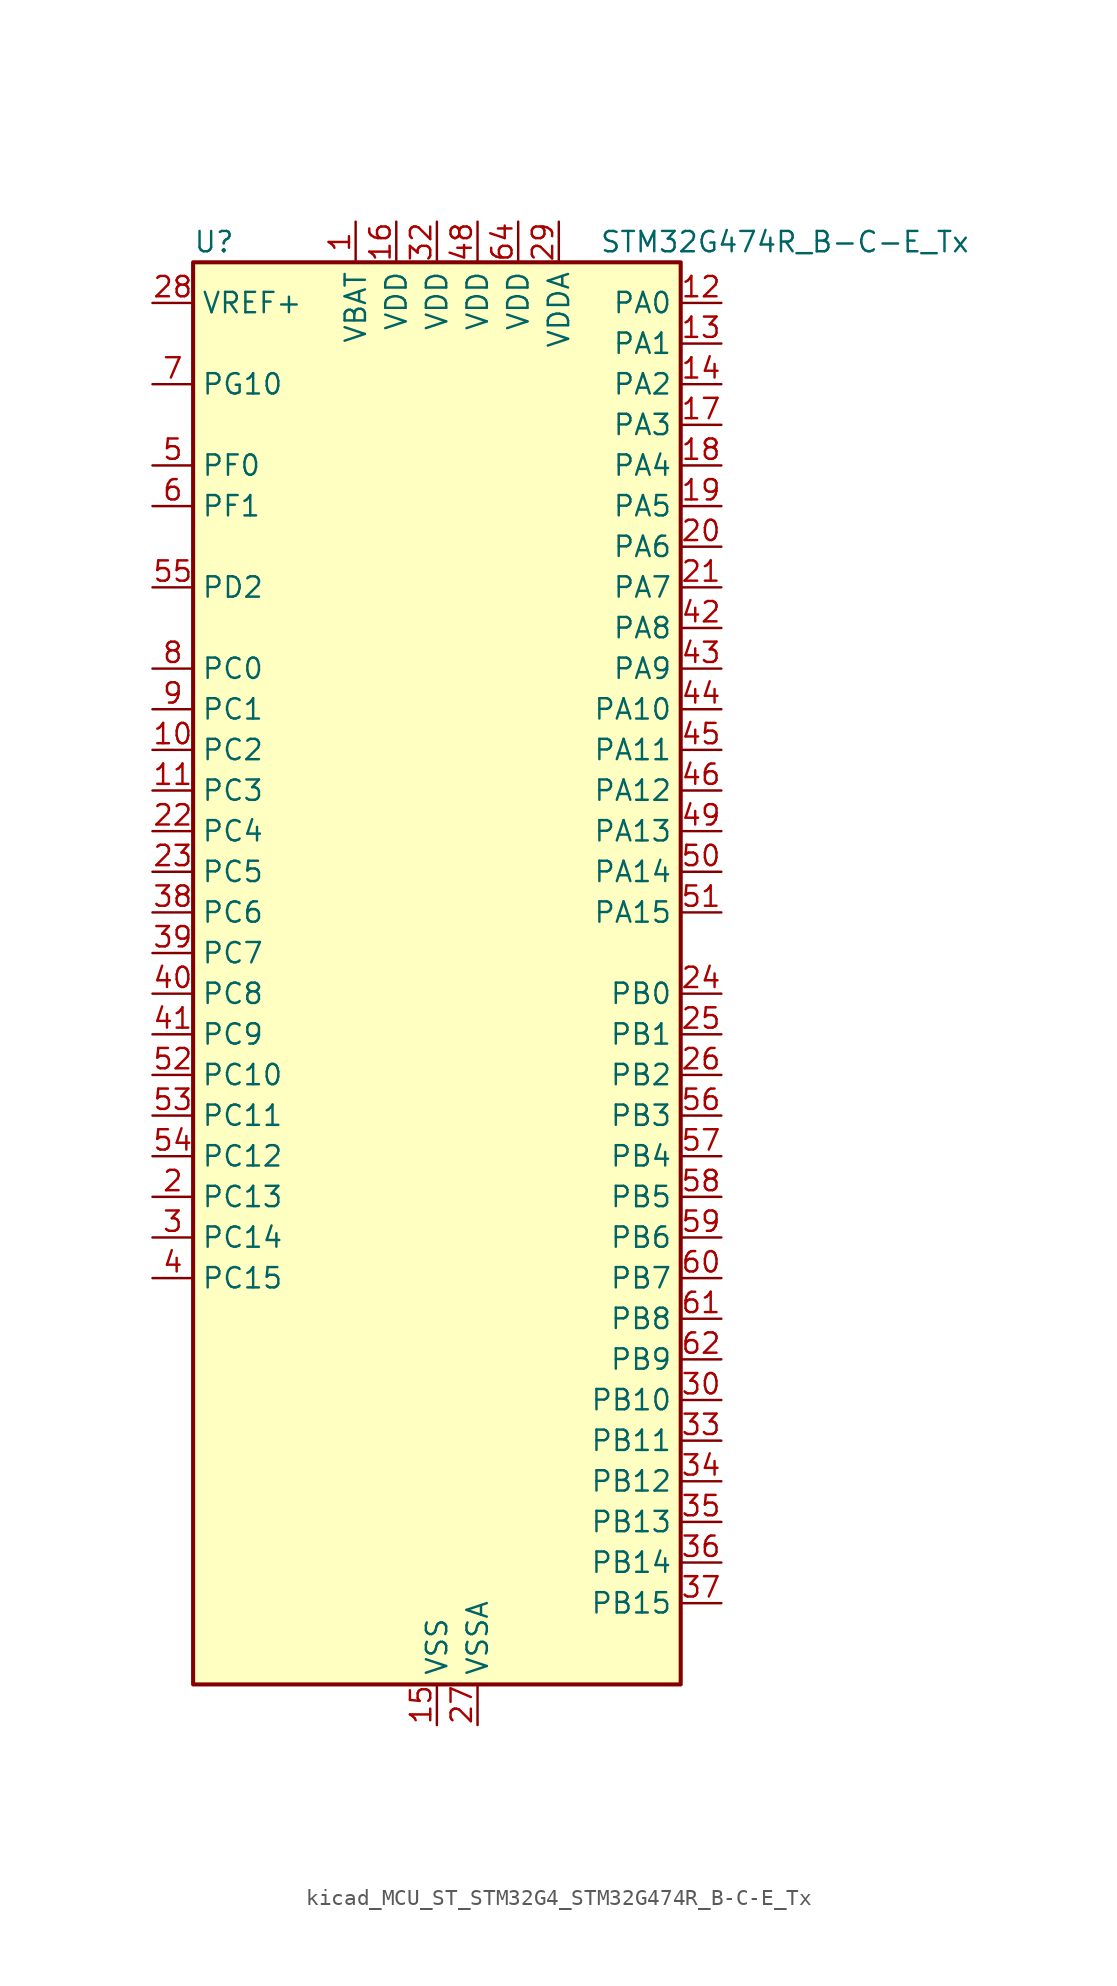
<source format=kicad_sym>
(kicad_symbol_lib
  (version 20220914)
  (generator kicad_symbol_editor)
  (symbol "kicad_MCU_ST_STM32G4_STM32G474R_B-C-E_Tx"
    (property "Reference" "U"
      (at -15.24 46.99 0)
      (effects (font (size 1.27 1.27)) (justify left)))
    (property "Value" "STM32G474R_B-C-E_Tx"
      (at 10.16 46.99 0)
      (effects (font (size 1.27 1.27)) (justify left)))
    (property "ki_locked" ""
      (at 0 0 0)
      (effects (font (size 1.27 1.27))))
    (symbol "kicad_MCU_ST_STM32G4_STM32G474R_B-C-E_Tx_0_1"
      (rectangle (start -15.24 -43.18) (end 15.24 45.72) (stroke (width 0.254) (type default)) (fill (type background))))
    (symbol "kicad_MCU_ST_STM32G4_STM32G474R_B-C-E_Tx_1_1"
      (pin power_in line (at -5.08 48.26 270) (length 2.54) (name "VBAT" (effects (font (size 1.27 1.27)))) (number "1" (effects (font (size 1.27 1.27)))))
      (pin bidirectional line (at -17.78 15.24 0) (length 2.54) (name "PC2" (effects (font (size 1.27 1.27)))) (number "10" (effects (font (size 1.27 1.27)))) (alternate "ADC1_IN8" bidirectional line) (alternate "ADC2_IN8" bidirectional line) (alternate "ADC3_EXTI2" bidirectional line) (alternate "ADC4_EXTI2" bidirectional line) (alternate "ADC5_EXTI2" bidirectional line) (alternate "COMP3_OUT" bidirectional line) (alternate "LPTIM1_IN2" bidirectional line) (alternate "QUADSPI1_BK2_IO1" bidirectional line) (alternate "TIM1_CH3" bidirectional line) (alternate "TIM20_CH2" bidirectional line))
      (pin bidirectional line (at -17.78 12.7 0) (length 2.54) (name "PC3" (effects (font (size 1.27 1.27)))) (number "11" (effects (font (size 1.27 1.27)))) (alternate "ADC1_IN9" bidirectional line) (alternate "ADC2_IN9" bidirectional line) (alternate "ADC3_EXTI3" bidirectional line) (alternate "ADC4_EXTI3" bidirectional line) (alternate "ADC5_EXTI3" bidirectional line) (alternate "LPTIM1_ETR" bidirectional line) (alternate "OPAMP5_VINP" bidirectional line) (alternate "OPAMP5_VINP_SEC" bidirectional line) (alternate "QUADSPI1_BK2_IO2" bidirectional line) (alternate "SAI1_D1" bidirectional line) (alternate "SAI1_SD_A" bidirectional line) (alternate "TIM1_BKIN2" bidirectional line) (alternate "TIM1_CH4" bidirectional line))
      (pin bidirectional line (at 17.78 43.18 180) (length 2.54) (name "PA0" (effects (font (size 1.27 1.27)))) (number "12" (effects (font (size 1.27 1.27)))) (alternate "ADC1_IN1" bidirectional line) (alternate "ADC2_IN1" bidirectional line) (alternate "COMP1_INM" bidirectional line) (alternate "COMP1_OUT" bidirectional line) (alternate "COMP3_INP" bidirectional line) (alternate "RTC_TAMP2" bidirectional line) (alternate "SYS_WKUP1" bidirectional line) (alternate "TIM2_CH1" bidirectional line) (alternate "TIM2_ETR" bidirectional line) (alternate "TIM5_CH1" bidirectional line) (alternate "TIM8_BKIN" bidirectional line) (alternate "TIM8_ETR" bidirectional line) (alternate "USART2_CTS" bidirectional line) (alternate "USART2_NSS" bidirectional line))
      (pin bidirectional line (at 17.78 40.64 180) (length 2.54) (name "PA1" (effects (font (size 1.27 1.27)))) (number "13" (effects (font (size 1.27 1.27)))) (alternate "ADC1_IN2" bidirectional line) (alternate "ADC2_IN2" bidirectional line) (alternate "COMP1_INP" bidirectional line) (alternate "OPAMP1_VINP" bidirectional line) (alternate "OPAMP1_VINP_SEC" bidirectional line) (alternate "OPAMP3_VINP" bidirectional line) (alternate "OPAMP3_VINP_SEC" bidirectional line) (alternate "OPAMP6_VINM" bidirectional line) (alternate "OPAMP6_VINM0" bidirectional line) (alternate "OPAMP6_VINM_SEC" bidirectional line) (alternate "RTC_REFIN" bidirectional line) (alternate "TIM15_CH1N" bidirectional line) (alternate "TIM2_CH2" bidirectional line) (alternate "TIM5_CH2" bidirectional line) (alternate "USART2_DE" bidirectional line) (alternate "USART2_RTS" bidirectional line))
      (pin bidirectional line (at 17.78 38.1 180) (length 2.54) (name "PA2" (effects (font (size 1.27 1.27)))) (number "14" (effects (font (size 1.27 1.27)))) (alternate "ADC1_IN3" bidirectional line) (alternate "ADC3_EXTI2" bidirectional line) (alternate "ADC4_EXTI2" bidirectional line) (alternate "ADC5_EXTI2" bidirectional line) (alternate "COMP2_INM" bidirectional line) (alternate "COMP2_OUT" bidirectional line) (alternate "LPUART1_TX" bidirectional line) (alternate "OPAMP1_VOUT" bidirectional line) (alternate "QUADSPI1_BK1_NCS" bidirectional line) (alternate "RCC_LSCO" bidirectional line) (alternate "SYS_WKUP4" bidirectional line) (alternate "TIM15_CH1" bidirectional line) (alternate "TIM2_CH3" bidirectional line) (alternate "TIM5_CH3" bidirectional line) (alternate "UCPD1_FRSTX1" bidirectional line) (alternate "UCPD1_FRSTX2" bidirectional line) (alternate "USART2_TX" bidirectional line))
      (pin power_in line (at 0 -45.72 90) (length 2.54) (name "VSS" (effects (font (size 1.27 1.27)))) (number "15" (effects (font (size 1.27 1.27)))))
      (pin power_in line (at -2.54 48.26 270) (length 2.54) (name "VDD" (effects (font (size 1.27 1.27)))) (number "16" (effects (font (size 1.27 1.27)))))
      (pin bidirectional line (at 17.78 35.56 180) (length 2.54) (name "PA3" (effects (font (size 1.27 1.27)))) (number "17" (effects (font (size 1.27 1.27)))) (alternate "ADC1_IN4" bidirectional line) (alternate "ADC3_EXTI3" bidirectional line) (alternate "ADC4_EXTI3" bidirectional line) (alternate "ADC5_EXTI3" bidirectional line) (alternate "COMP2_INP" bidirectional line) (alternate "LPUART1_RX" bidirectional line) (alternate "OPAMP1_VINM" bidirectional line) (alternate "OPAMP1_VINM0" bidirectional line) (alternate "OPAMP1_VINM_SEC" bidirectional line) (alternate "OPAMP1_VINP" bidirectional line) (alternate "OPAMP1_VINP_SEC" bidirectional line) (alternate "OPAMP5_VINM" bidirectional line) (alternate "OPAMP5_VINM1" bidirectional line) (alternate "OPAMP5_VINM_SEC" bidirectional line) (alternate "QUADSPI1_CLK" bidirectional line) (alternate "SAI1_CK1" bidirectional line) (alternate "SAI1_MCLK_A" bidirectional line) (alternate "TIM15_CH2" bidirectional line) (alternate "TIM2_CH4" bidirectional line) (alternate "TIM5_CH4" bidirectional line) (alternate "USART2_RX" bidirectional line))
      (pin bidirectional line (at 17.78 33.02 180) (length 2.54) (name "PA4" (effects (font (size 1.27 1.27)))) (number "18" (effects (font (size 1.27 1.27)))) (alternate "ADC2_IN17" bidirectional line) (alternate "COMP1_INM" bidirectional line) (alternate "DAC1_OUT1" bidirectional line) (alternate "I2S3_WS" bidirectional line) (alternate "SAI1_FS_B" bidirectional line) (alternate "SPI1_NSS" bidirectional line) (alternate "SPI3_NSS" bidirectional line) (alternate "TIM3_CH2" bidirectional line) (alternate "USART2_CK" bidirectional line))
      (pin bidirectional line (at 17.78 30.48 180) (length 2.54) (name "PA5" (effects (font (size 1.27 1.27)))) (number "19" (effects (font (size 1.27 1.27)))) (alternate "ADC2_IN13" bidirectional line) (alternate "COMP2_INM" bidirectional line) (alternate "DAC1_OUT2" bidirectional line) (alternate "OPAMP2_VINM" bidirectional line) (alternate "OPAMP2_VINM0" bidirectional line) (alternate "OPAMP2_VINM_SEC" bidirectional line) (alternate "SPI1_SCK" bidirectional line) (alternate "TIM2_CH1" bidirectional line) (alternate "TIM2_ETR" bidirectional line) (alternate "UCPD1_FRSTX1" bidirectional line) (alternate "UCPD1_FRSTX2" bidirectional line))
      (pin bidirectional line (at -17.78 -12.7 0) (length 2.54) (name "PC13" (effects (font (size 1.27 1.27)))) (number "2" (effects (font (size 1.27 1.27)))) (alternate "RTC_OUT1" bidirectional line) (alternate "RTC_TAMP1" bidirectional line) (alternate "RTC_TS" bidirectional line) (alternate "SYS_WKUP2" bidirectional line) (alternate "TIM1_BKIN" bidirectional line) (alternate "TIM1_CH1N" bidirectional line) (alternate "TIM8_CH4N" bidirectional line))
      (pin bidirectional line (at 17.78 27.94 180) (length 2.54) (name "PA6" (effects (font (size 1.27 1.27)))) (number "20" (effects (font (size 1.27 1.27)))) (alternate "ADC2_IN3" bidirectional line) (alternate "COMP1_OUT" bidirectional line) (alternate "DAC2_OUT1" bidirectional line) (alternate "LPUART1_CTS" bidirectional line) (alternate "OPAMP2_VOUT" bidirectional line) (alternate "QUADSPI1_BK1_IO3" bidirectional line) (alternate "SPI1_MISO" bidirectional line) (alternate "TIM16_CH1" bidirectional line) (alternate "TIM1_BKIN" bidirectional line) (alternate "TIM3_CH1" bidirectional line) (alternate "TIM8_BKIN" bidirectional line))
      (pin bidirectional line (at 17.78 25.4 180) (length 2.54) (name "PA7" (effects (font (size 1.27 1.27)))) (number "21" (effects (font (size 1.27 1.27)))) (alternate "ADC2_IN4" bidirectional line) (alternate "COMP2_INP" bidirectional line) (alternate "COMP2_OUT" bidirectional line) (alternate "OPAMP1_VINP" bidirectional line) (alternate "OPAMP1_VINP_SEC" bidirectional line) (alternate "OPAMP2_VINP" bidirectional line) (alternate "OPAMP2_VINP_SEC" bidirectional line) (alternate "QUADSPI1_BK1_IO2" bidirectional line) (alternate "SPI1_MOSI" bidirectional line) (alternate "TIM17_CH1" bidirectional line) (alternate "TIM1_CH1N" bidirectional line) (alternate "TIM3_CH2" bidirectional line) (alternate "TIM8_CH1N" bidirectional line) (alternate "UCPD1_FRSTX1" bidirectional line) (alternate "UCPD1_FRSTX2" bidirectional line))
      (pin bidirectional line (at -17.78 10.16 0) (length 2.54) (name "PC4" (effects (font (size 1.27 1.27)))) (number "22" (effects (font (size 1.27 1.27)))) (alternate "ADC2_IN5" bidirectional line) (alternate "I2C2_SCL" bidirectional line) (alternate "QUADSPI1_BK2_IO3" bidirectional line) (alternate "TIM1_ETR" bidirectional line) (alternate "USART1_TX" bidirectional line))
      (pin bidirectional line (at -17.78 7.62 0) (length 2.54) (name "PC5" (effects (font (size 1.27 1.27)))) (number "23" (effects (font (size 1.27 1.27)))) (alternate "ADC2_IN11" bidirectional line) (alternate "HRTIM1_EEV10" bidirectional line) (alternate "OPAMP1_VINM" bidirectional line) (alternate "OPAMP1_VINM1" bidirectional line) (alternate "OPAMP1_VINM_SEC" bidirectional line) (alternate "OPAMP2_VINM" bidirectional line) (alternate "OPAMP2_VINM1" bidirectional line) (alternate "OPAMP2_VINM_SEC" bidirectional line) (alternate "SAI1_D3" bidirectional line) (alternate "SYS_WKUP5" bidirectional line) (alternate "TIM15_BKIN" bidirectional line) (alternate "TIM1_CH4N" bidirectional line) (alternate "USART1_RX" bidirectional line))
      (pin bidirectional line (at 17.78 0 180) (length 2.54) (name "PB0" (effects (font (size 1.27 1.27)))) (number "24" (effects (font (size 1.27 1.27)))) (alternate "ADC1_IN15" bidirectional line) (alternate "ADC3_IN12" bidirectional line) (alternate "COMP4_INP" bidirectional line) (alternate "HRTIM1_FLT5" bidirectional line) (alternate "OPAMP2_VINP" bidirectional line) (alternate "OPAMP2_VINP_SEC" bidirectional line) (alternate "OPAMP3_VINP" bidirectional line) (alternate "OPAMP3_VINP_SEC" bidirectional line) (alternate "QUADSPI1_BK1_IO1" bidirectional line) (alternate "TIM1_CH2N" bidirectional line) (alternate "TIM3_CH3" bidirectional line) (alternate "TIM8_CH2N" bidirectional line) (alternate "UCPD1_FRSTX1" bidirectional line) (alternate "UCPD1_FRSTX2" bidirectional line))
      (pin bidirectional line (at 17.78 -2.54 180) (length 2.54) (name "PB1" (effects (font (size 1.27 1.27)))) (number "25" (effects (font (size 1.27 1.27)))) (alternate "ADC1_IN12" bidirectional line) (alternate "ADC3_IN1" bidirectional line) (alternate "COMP1_INP" bidirectional line) (alternate "COMP4_OUT" bidirectional line) (alternate "HRTIM1_SCOUT" bidirectional line) (alternate "LPUART1_DE" bidirectional line) (alternate "LPUART1_RTS" bidirectional line) (alternate "OPAMP3_VOUT" bidirectional line) (alternate "OPAMP6_VINM" bidirectional line) (alternate "OPAMP6_VINM1" bidirectional line) (alternate "OPAMP6_VINM_SEC" bidirectional line) (alternate "QUADSPI1_BK1_IO0" bidirectional line) (alternate "TIM1_CH3N" bidirectional line) (alternate "TIM3_CH4" bidirectional line) (alternate "TIM8_CH3N" bidirectional line))
      (pin bidirectional line (at 17.78 -5.08 180) (length 2.54) (name "PB2" (effects (font (size 1.27 1.27)))) (number "26" (effects (font (size 1.27 1.27)))) (alternate "ADC2_IN12" bidirectional line) (alternate "ADC3_EXTI2" bidirectional line) (alternate "ADC4_EXTI2" bidirectional line) (alternate "ADC5_EXTI2" bidirectional line) (alternate "COMP4_INM" bidirectional line) (alternate "HRTIM1_SCIN" bidirectional line) (alternate "I2C3_SMBA" bidirectional line) (alternate "LPTIM1_OUT" bidirectional line) (alternate "OPAMP3_VINM" bidirectional line) (alternate "OPAMP3_VINM0" bidirectional line) (alternate "OPAMP3_VINM_SEC" bidirectional line) (alternate "QUADSPI1_BK2_IO1" bidirectional line) (alternate "RTC_OUT2" bidirectional line) (alternate "TIM20_CH1" bidirectional line) (alternate "TIM5_CH1" bidirectional line))
      (pin power_in line (at 2.54 -45.72 90) (length 2.54) (name "VSSA" (effects (font (size 1.27 1.27)))) (number "27" (effects (font (size 1.27 1.27)))))
      (pin input line (at -17.78 43.18 0) (length 2.54) (name "VREF+" (effects (font (size 1.27 1.27)))) (number "28" (effects (font (size 1.27 1.27)))) (alternate "VREFBUF_OUT" bidirectional line))
      (pin power_in line (at 7.62 48.26 270) (length 2.54) (name "VDDA" (effects (font (size 1.27 1.27)))) (number "29" (effects (font (size 1.27 1.27)))))
      (pin bidirectional line (at -17.78 -15.24 0) (length 2.54) (name "PC14" (effects (font (size 1.27 1.27)))) (number "3" (effects (font (size 1.27 1.27)))) (alternate "RCC_OSC32_IN" bidirectional line))
      (pin bidirectional line (at 17.78 -25.4 180) (length 2.54) (name "PB10" (effects (font (size 1.27 1.27)))) (number "30" (effects (font (size 1.27 1.27)))) (alternate "COMP5_INM" bidirectional line) (alternate "DAC1_EXTI10" bidirectional line) (alternate "DAC2_EXTI10" bidirectional line) (alternate "DAC3_EXTI10" bidirectional line) (alternate "DAC4_EXTI10" bidirectional line) (alternate "HRTIM1_FLT3" bidirectional line) (alternate "LPUART1_RX" bidirectional line) (alternate "OPAMP3_VINM" bidirectional line) (alternate "OPAMP3_VINM1" bidirectional line) (alternate "OPAMP3_VINM_SEC" bidirectional line) (alternate "OPAMP4_VINM" bidirectional line) (alternate "OPAMP4_VINM0" bidirectional line) (alternate "OPAMP4_VINM_SEC" bidirectional line) (alternate "QUADSPI1_CLK" bidirectional line) (alternate "SAI1_SCK_A" bidirectional line) (alternate "TIM1_BKIN" bidirectional line) (alternate "TIM2_CH3" bidirectional line) (alternate "USART3_TX" bidirectional line))
      (pin passive line (at 0 -45.72 90) (length 2.54) hide (name "VSS" (effects (font (size 1.27 1.27)))) (number "31" (effects (font (size 1.27 1.27)))))
      (pin power_in line (at 0 48.26 270) (length 2.54) (name "VDD" (effects (font (size 1.27 1.27)))) (number "32" (effects (font (size 1.27 1.27)))))
      (pin bidirectional line (at 17.78 -27.94 180) (length 2.54) (name "PB11" (effects (font (size 1.27 1.27)))) (number "33" (effects (font (size 1.27 1.27)))) (alternate "ADC1_EXTI11" bidirectional line) (alternate "ADC1_IN14" bidirectional line) (alternate "ADC2_EXTI11" bidirectional line) (alternate "ADC2_IN14" bidirectional line) (alternate "COMP6_INP" bidirectional line) (alternate "HRTIM1_FLT4" bidirectional line) (alternate "LPUART1_TX" bidirectional line) (alternate "OPAMP4_VINP" bidirectional line) (alternate "OPAMP4_VINP_SEC" bidirectional line) (alternate "OPAMP6_VOUT" bidirectional line) (alternate "QUADSPI1_BK1_NCS" bidirectional line) (alternate "TIM2_CH4" bidirectional line) (alternate "USART3_RX" bidirectional line))
      (pin bidirectional line (at 17.78 -30.48 180) (length 2.54) (name "PB12" (effects (font (size 1.27 1.27)))) (number "34" (effects (font (size 1.27 1.27)))) (alternate "ADC1_IN11" bidirectional line) (alternate "ADC4_IN3" bidirectional line) (alternate "COMP7_INM" bidirectional line) (alternate "FDCAN2_RX" bidirectional line) (alternate "HRTIM1_CHC1" bidirectional line) (alternate "I2C2_SMBA" bidirectional line) (alternate "I2S2_WS" bidirectional line) (alternate "LPUART1_DE" bidirectional line) (alternate "LPUART1_RTS" bidirectional line) (alternate "OPAMP4_VOUT" bidirectional line) (alternate "OPAMP6_VINP" bidirectional line) (alternate "OPAMP6_VINP_SEC" bidirectional line) (alternate "SPI2_NSS" bidirectional line) (alternate "TIM1_BKIN" bidirectional line) (alternate "TIM5_ETR" bidirectional line) (alternate "USART3_CK" bidirectional line))
      (pin bidirectional line (at 17.78 -33.02 180) (length 2.54) (name "PB13" (effects (font (size 1.27 1.27)))) (number "35" (effects (font (size 1.27 1.27)))) (alternate "ADC3_IN5" bidirectional line) (alternate "COMP5_INP" bidirectional line) (alternate "FDCAN2_TX" bidirectional line) (alternate "HRTIM1_CHC2" bidirectional line) (alternate "I2S2_CK" bidirectional line) (alternate "LPUART1_CTS" bidirectional line) (alternate "OPAMP3_VINP" bidirectional line) (alternate "OPAMP3_VINP_SEC" bidirectional line) (alternate "OPAMP4_VINP" bidirectional line) (alternate "OPAMP4_VINP_SEC" bidirectional line) (alternate "OPAMP6_VINP" bidirectional line) (alternate "OPAMP6_VINP_SEC" bidirectional line) (alternate "SPI2_SCK" bidirectional line) (alternate "TIM1_CH1N" bidirectional line) (alternate "USART3_CTS" bidirectional line) (alternate "USART3_NSS" bidirectional line))
      (pin bidirectional line (at 17.78 -35.56 180) (length 2.54) (name "PB14" (effects (font (size 1.27 1.27)))) (number "36" (effects (font (size 1.27 1.27)))) (alternate "ADC1_IN5" bidirectional line) (alternate "ADC4_IN4" bidirectional line) (alternate "COMP4_OUT" bidirectional line) (alternate "COMP7_INP" bidirectional line) (alternate "HRTIM1_CHD1" bidirectional line) (alternate "OPAMP2_VINP" bidirectional line) (alternate "OPAMP2_VINP_SEC" bidirectional line) (alternate "OPAMP5_VINP" bidirectional line) (alternate "OPAMP5_VINP_SEC" bidirectional line) (alternate "SPI2_MISO" bidirectional line) (alternate "TIM15_CH1" bidirectional line) (alternate "TIM1_CH2N" bidirectional line) (alternate "USART3_DE" bidirectional line) (alternate "USART3_RTS" bidirectional line))
      (pin bidirectional line (at 17.78 -38.1 180) (length 2.54) (name "PB15" (effects (font (size 1.27 1.27)))) (number "37" (effects (font (size 1.27 1.27)))) (alternate "ADC1_EXTI15" bidirectional line) (alternate "ADC2_EXTI15" bidirectional line) (alternate "ADC2_IN15" bidirectional line) (alternate "ADC4_IN5" bidirectional line) (alternate "COMP3_OUT" bidirectional line) (alternate "COMP6_INM" bidirectional line) (alternate "HRTIM1_CHD2" bidirectional line) (alternate "I2S2_SD" bidirectional line) (alternate "OPAMP5_VINM" bidirectional line) (alternate "OPAMP5_VINM0" bidirectional line) (alternate "OPAMP5_VINM_SEC" bidirectional line) (alternate "RTC_REFIN" bidirectional line) (alternate "SPI2_MOSI" bidirectional line) (alternate "TIM15_CH1N" bidirectional line) (alternate "TIM15_CH2" bidirectional line) (alternate "TIM1_CH3N" bidirectional line))
      (pin bidirectional line (at -17.78 5.08 0) (length 2.54) (name "PC6" (effects (font (size 1.27 1.27)))) (number "38" (effects (font (size 1.27 1.27)))) (alternate "COMP6_OUT" bidirectional line) (alternate "HRTIM1_CHF1" bidirectional line) (alternate "HRTIM1_EEV10" bidirectional line) (alternate "I2C4_SCL" bidirectional line) (alternate "I2S2_MCK" bidirectional line) (alternate "TIM3_CH1" bidirectional line) (alternate "TIM8_CH1" bidirectional line))
      (pin bidirectional line (at -17.78 2.54 0) (length 2.54) (name "PC7" (effects (font (size 1.27 1.27)))) (number "39" (effects (font (size 1.27 1.27)))) (alternate "COMP5_OUT" bidirectional line) (alternate "HRTIM1_CHF2" bidirectional line) (alternate "HRTIM1_FLT5" bidirectional line) (alternate "I2C4_SDA" bidirectional line) (alternate "I2S3_MCK" bidirectional line) (alternate "TIM3_CH2" bidirectional line) (alternate "TIM8_CH2" bidirectional line))
      (pin bidirectional line (at -17.78 -17.78 0) (length 2.54) (name "PC15" (effects (font (size 1.27 1.27)))) (number "4" (effects (font (size 1.27 1.27)))) (alternate "ADC1_EXTI15" bidirectional line) (alternate "ADC2_EXTI15" bidirectional line) (alternate "RCC_OSC32_OUT" bidirectional line))
      (pin bidirectional line (at -17.78 0 0) (length 2.54) (name "PC8" (effects (font (size 1.27 1.27)))) (number "40" (effects (font (size 1.27 1.27)))) (alternate "COMP7_OUT" bidirectional line) (alternate "HRTIM1_CHE1" bidirectional line) (alternate "I2C3_SCL" bidirectional line) (alternate "TIM20_CH3" bidirectional line) (alternate "TIM3_CH3" bidirectional line) (alternate "TIM8_CH3" bidirectional line))
      (pin bidirectional line (at -17.78 -2.54 0) (length 2.54) (name "PC9" (effects (font (size 1.27 1.27)))) (number "41" (effects (font (size 1.27 1.27)))) (alternate "DAC1_EXTI9" bidirectional line) (alternate "DAC2_EXTI9" bidirectional line) (alternate "DAC3_EXTI9" bidirectional line) (alternate "DAC4_EXTI9" bidirectional line) (alternate "HRTIM1_CHE2" bidirectional line) (alternate "I2C3_SDA" bidirectional line) (alternate "I2S_CKIN" bidirectional line) (alternate "TIM3_CH4" bidirectional line) (alternate "TIM8_BKIN2" bidirectional line) (alternate "TIM8_CH4" bidirectional line))
      (pin bidirectional line (at 17.78 22.86 180) (length 2.54) (name "PA8" (effects (font (size 1.27 1.27)))) (number "42" (effects (font (size 1.27 1.27)))) (alternate "ADC5_IN1" bidirectional line) (alternate "COMP7_OUT" bidirectional line) (alternate "FDCAN3_RX" bidirectional line) (alternate "HRTIM1_CHA1" bidirectional line) (alternate "I2C2_SDA" bidirectional line) (alternate "I2C3_SCL" bidirectional line) (alternate "I2S2_MCK" bidirectional line) (alternate "OPAMP5_VOUT" bidirectional line) (alternate "RCC_MCO" bidirectional line) (alternate "SAI1_CK2" bidirectional line) (alternate "SAI1_SCK_A" bidirectional line) (alternate "TIM1_CH1" bidirectional line) (alternate "TIM4_ETR" bidirectional line) (alternate "USART1_CK" bidirectional line))
      (pin bidirectional line (at 17.78 20.32 180) (length 2.54) (name "PA9" (effects (font (size 1.27 1.27)))) (number "43" (effects (font (size 1.27 1.27)))) (alternate "ADC5_IN2" bidirectional line) (alternate "COMP5_OUT" bidirectional line) (alternate "DAC1_EXTI9" bidirectional line) (alternate "DAC2_EXTI9" bidirectional line) (alternate "DAC3_EXTI9" bidirectional line) (alternate "DAC4_EXTI9" bidirectional line) (alternate "HRTIM1_CHA2" bidirectional line) (alternate "I2C2_SCL" bidirectional line) (alternate "I2C3_SMBA" bidirectional line) (alternate "I2S3_MCK" bidirectional line) (alternate "SAI1_FS_A" bidirectional line) (alternate "TIM15_BKIN" bidirectional line) (alternate "TIM1_CH2" bidirectional line) (alternate "TIM2_CH3" bidirectional line) (alternate "UCPD1_DBCC1" bidirectional line) (alternate "USART1_TX" bidirectional line))
      (pin bidirectional line (at 17.78 17.78 180) (length 2.54) (name "PA10" (effects (font (size 1.27 1.27)))) (number "44" (effects (font (size 1.27 1.27)))) (alternate "COMP6_OUT" bidirectional line) (alternate "CRS_SYNC" bidirectional line) (alternate "DAC1_EXTI10" bidirectional line) (alternate "DAC2_EXTI10" bidirectional line) (alternate "DAC3_EXTI10" bidirectional line) (alternate "DAC4_EXTI10" bidirectional line) (alternate "HRTIM1_CHB1" bidirectional line) (alternate "I2C2_SMBA" bidirectional line) (alternate "SAI1_D1" bidirectional line) (alternate "SAI1_SD_A" bidirectional line) (alternate "SPI2_MISO" bidirectional line) (alternate "TIM17_BKIN" bidirectional line) (alternate "TIM1_CH3" bidirectional line) (alternate "TIM2_CH4" bidirectional line) (alternate "TIM8_BKIN" bidirectional line) (alternate "UCPD1_DBCC2" bidirectional line) (alternate "USART1_RX" bidirectional line))
      (pin bidirectional line (at 17.78 15.24 180) (length 2.54) (name "PA11" (effects (font (size 1.27 1.27)))) (number "45" (effects (font (size 1.27 1.27)))) (alternate "ADC1_EXTI11" bidirectional line) (alternate "ADC2_EXTI11" bidirectional line) (alternate "COMP1_OUT" bidirectional line) (alternate "FDCAN1_RX" bidirectional line) (alternate "HRTIM1_CHB2" bidirectional line) (alternate "I2S2_SD" bidirectional line) (alternate "SPI2_MOSI" bidirectional line) (alternate "TIM1_BKIN2" bidirectional line) (alternate "TIM1_CH1N" bidirectional line) (alternate "TIM1_CH4" bidirectional line) (alternate "TIM4_CH1" bidirectional line) (alternate "USART1_CTS" bidirectional line) (alternate "USART1_NSS" bidirectional line) (alternate "USB_DM" bidirectional line))
      (pin bidirectional line (at 17.78 12.7 180) (length 2.54) (name "PA12" (effects (font (size 1.27 1.27)))) (number "46" (effects (font (size 1.27 1.27)))) (alternate "COMP2_OUT" bidirectional line) (alternate "FDCAN1_TX" bidirectional line) (alternate "HRTIM1_FLT1" bidirectional line) (alternate "I2S_CKIN" bidirectional line) (alternate "TIM16_CH1" bidirectional line) (alternate "TIM1_CH2N" bidirectional line) (alternate "TIM1_ETR" bidirectional line) (alternate "TIM4_CH2" bidirectional line) (alternate "USART1_DE" bidirectional line) (alternate "USART1_RTS" bidirectional line) (alternate "USB_DP" bidirectional line))
      (pin passive line (at 0 -45.72 90) (length 2.54) hide (name "VSS" (effects (font (size 1.27 1.27)))) (number "47" (effects (font (size 1.27 1.27)))))
      (pin power_in line (at 2.54 48.26 270) (length 2.54) (name "VDD" (effects (font (size 1.27 1.27)))) (number "48" (effects (font (size 1.27 1.27)))))
      (pin bidirectional line (at 17.78 10.16 180) (length 2.54) (name "PA13" (effects (font (size 1.27 1.27)))) (number "49" (effects (font (size 1.27 1.27)))) (alternate "I2C1_SCL" bidirectional line) (alternate "I2C4_SCL" bidirectional line) (alternate "IR_OUT" bidirectional line) (alternate "SAI1_SD_B" bidirectional line) (alternate "SYS_JTMS-SWDIO" bidirectional line) (alternate "TIM16_CH1N" bidirectional line) (alternate "TIM4_CH3" bidirectional line) (alternate "USART3_CTS" bidirectional line) (alternate "USART3_NSS" bidirectional line))
      (pin bidirectional line (at -17.78 33.02 0) (length 2.54) (name "PF0" (effects (font (size 1.27 1.27)))) (number "5" (effects (font (size 1.27 1.27)))) (alternate "ADC1_IN10" bidirectional line) (alternate "I2C2_SDA" bidirectional line) (alternate "I2S2_WS" bidirectional line) (alternate "RCC_OSC_IN" bidirectional line) (alternate "SPI2_NSS" bidirectional line) (alternate "TIM1_CH3N" bidirectional line))
      (pin bidirectional line (at 17.78 7.62 180) (length 2.54) (name "PA14" (effects (font (size 1.27 1.27)))) (number "50" (effects (font (size 1.27 1.27)))) (alternate "I2C1_SDA" bidirectional line) (alternate "I2C4_SMBA" bidirectional line) (alternate "LPTIM1_OUT" bidirectional line) (alternate "SAI1_FS_B" bidirectional line) (alternate "SYS_JTCK-SWCLK" bidirectional line) (alternate "TIM1_BKIN" bidirectional line) (alternate "TIM8_CH2" bidirectional line) (alternate "USART2_TX" bidirectional line))
      (pin bidirectional line (at 17.78 5.08 180) (length 2.54) (name "PA15" (effects (font (size 1.27 1.27)))) (number "51" (effects (font (size 1.27 1.27)))) (alternate "ADC1_EXTI15" bidirectional line) (alternate "ADC2_EXTI15" bidirectional line) (alternate "FDCAN3_TX" bidirectional line) (alternate "HRTIM1_FLT2" bidirectional line) (alternate "I2C1_SCL" bidirectional line) (alternate "I2S3_WS" bidirectional line) (alternate "SPI1_NSS" bidirectional line) (alternate "SPI3_NSS" bidirectional line) (alternate "SYS_JTDI" bidirectional line) (alternate "TIM1_BKIN" bidirectional line) (alternate "TIM2_CH1" bidirectional line) (alternate "TIM2_ETR" bidirectional line) (alternate "TIM8_CH1" bidirectional line) (alternate "UART4_DE" bidirectional line) (alternate "UART4_RTS" bidirectional line) (alternate "USART2_RX" bidirectional line))
      (pin bidirectional line (at -17.78 -5.08 0) (length 2.54) (name "PC10" (effects (font (size 1.27 1.27)))) (number "52" (effects (font (size 1.27 1.27)))) (alternate "DAC1_EXTI10" bidirectional line) (alternate "DAC2_EXTI10" bidirectional line) (alternate "DAC3_EXTI10" bidirectional line) (alternate "DAC4_EXTI10" bidirectional line) (alternate "HRTIM1_FLT6" bidirectional line) (alternate "I2S3_CK" bidirectional line) (alternate "SPI3_SCK" bidirectional line) (alternate "TIM8_CH1N" bidirectional line) (alternate "UART4_TX" bidirectional line) (alternate "USART3_TX" bidirectional line))
      (pin bidirectional line (at -17.78 -7.62 0) (length 2.54) (name "PC11" (effects (font (size 1.27 1.27)))) (number "53" (effects (font (size 1.27 1.27)))) (alternate "ADC1_EXTI11" bidirectional line) (alternate "ADC2_EXTI11" bidirectional line) (alternate "HRTIM1_EEV2" bidirectional line) (alternate "I2C3_SDA" bidirectional line) (alternate "SPI3_MISO" bidirectional line) (alternate "TIM8_CH2N" bidirectional line) (alternate "UART4_RX" bidirectional line) (alternate "USART3_RX" bidirectional line))
      (pin bidirectional line (at -17.78 -10.16 0) (length 2.54) (name "PC12" (effects (font (size 1.27 1.27)))) (number "54" (effects (font (size 1.27 1.27)))) (alternate "HRTIM1_EEV1" bidirectional line) (alternate "I2S3_SD" bidirectional line) (alternate "SPI3_MOSI" bidirectional line) (alternate "TIM5_CH2" bidirectional line) (alternate "TIM8_CH3N" bidirectional line) (alternate "UART5_TX" bidirectional line) (alternate "UCPD1_FRSTX1" bidirectional line) (alternate "UCPD1_FRSTX2" bidirectional line) (alternate "USART3_CK" bidirectional line))
      (pin bidirectional line (at -17.78 25.4 0) (length 2.54) (name "PD2" (effects (font (size 1.27 1.27)))) (number "55" (effects (font (size 1.27 1.27)))) (alternate "ADC3_EXTI2" bidirectional line) (alternate "ADC4_EXTI2" bidirectional line) (alternate "ADC5_EXTI2" bidirectional line) (alternate "TIM3_ETR" bidirectional line) (alternate "TIM8_BKIN" bidirectional line) (alternate "UART5_RX" bidirectional line))
      (pin bidirectional line (at 17.78 -7.62 180) (length 2.54) (name "PB3" (effects (font (size 1.27 1.27)))) (number "56" (effects (font (size 1.27 1.27)))) (alternate "ADC3_EXTI3" bidirectional line) (alternate "ADC4_EXTI3" bidirectional line) (alternate "ADC5_EXTI3" bidirectional line) (alternate "CRS_SYNC" bidirectional line) (alternate "FDCAN3_RX" bidirectional line) (alternate "HRTIM1_EEV9" bidirectional line) (alternate "HRTIM1_SCOUT" bidirectional line) (alternate "I2S3_CK" bidirectional line) (alternate "SAI1_SCK_B" bidirectional line) (alternate "SPI1_SCK" bidirectional line) (alternate "SPI3_SCK" bidirectional line) (alternate "SYS_JTDO-SWO" bidirectional line) (alternate "TIM2_CH2" bidirectional line) (alternate "TIM3_ETR" bidirectional line) (alternate "TIM4_ETR" bidirectional line) (alternate "TIM8_CH1N" bidirectional line) (alternate "USART2_TX" bidirectional line))
      (pin bidirectional line (at 17.78 -10.16 180) (length 2.54) (name "PB4" (effects (font (size 1.27 1.27)))) (number "57" (effects (font (size 1.27 1.27)))) (alternate "FDCAN3_TX" bidirectional line) (alternate "HRTIM1_EEV7" bidirectional line) (alternate "SAI1_MCLK_B" bidirectional line) (alternate "SPI1_MISO" bidirectional line) (alternate "SPI3_MISO" bidirectional line) (alternate "SYS_JTRST" bidirectional line) (alternate "TIM16_CH1" bidirectional line) (alternate "TIM17_BKIN" bidirectional line) (alternate "TIM3_CH1" bidirectional line) (alternate "TIM8_CH2N" bidirectional line) (alternate "UART5_DE" bidirectional line) (alternate "UART5_RTS" bidirectional line) (alternate "UCPD1_CC2" bidirectional line) (alternate "USART2_RX" bidirectional line))
      (pin bidirectional line (at 17.78 -12.7 180) (length 2.54) (name "PB5" (effects (font (size 1.27 1.27)))) (number "58" (effects (font (size 1.27 1.27)))) (alternate "FDCAN2_RX" bidirectional line) (alternate "HRTIM1_EEV6" bidirectional line) (alternate "I2C1_SMBA" bidirectional line) (alternate "I2C3_SDA" bidirectional line) (alternate "I2S3_SD" bidirectional line) (alternate "LPTIM1_IN1" bidirectional line) (alternate "SAI1_SD_B" bidirectional line) (alternate "SPI1_MOSI" bidirectional line) (alternate "SPI3_MOSI" bidirectional line) (alternate "TIM16_BKIN" bidirectional line) (alternate "TIM17_CH1" bidirectional line) (alternate "TIM3_CH2" bidirectional line) (alternate "TIM8_CH3N" bidirectional line) (alternate "UART5_CTS" bidirectional line) (alternate "USART2_CK" bidirectional line))
      (pin bidirectional line (at 17.78 -15.24 180) (length 2.54) (name "PB6" (effects (font (size 1.27 1.27)))) (number "59" (effects (font (size 1.27 1.27)))) (alternate "COMP4_OUT" bidirectional line) (alternate "FDCAN2_TX" bidirectional line) (alternate "HRTIM1_EEV4" bidirectional line) (alternate "HRTIM1_SCIN" bidirectional line) (alternate "LPTIM1_ETR" bidirectional line) (alternate "SAI1_FS_B" bidirectional line) (alternate "TIM16_CH1N" bidirectional line) (alternate "TIM4_CH1" bidirectional line) (alternate "TIM8_BKIN2" bidirectional line) (alternate "TIM8_CH1" bidirectional line) (alternate "TIM8_ETR" bidirectional line) (alternate "UCPD1_CC1" bidirectional line) (alternate "USART1_TX" bidirectional line))
      (pin bidirectional line (at -17.78 30.48 0) (length 2.54) (name "PF1" (effects (font (size 1.27 1.27)))) (number "6" (effects (font (size 1.27 1.27)))) (alternate "ADC2_IN10" bidirectional line) (alternate "COMP3_INM" bidirectional line) (alternate "I2S2_CK" bidirectional line) (alternate "RCC_OSC_OUT" bidirectional line) (alternate "SPI2_SCK" bidirectional line))
      (pin bidirectional line (at 17.78 -17.78 180) (length 2.54) (name "PB7" (effects (font (size 1.27 1.27)))) (number "60" (effects (font (size 1.27 1.27)))) (alternate "COMP3_OUT" bidirectional line) (alternate "HRTIM1_EEV3" bidirectional line) (alternate "I2C1_SDA" bidirectional line) (alternate "I2C4_SDA" bidirectional line) (alternate "LPTIM1_IN2" bidirectional line) (alternate "SYS_PVD_IN" bidirectional line) (alternate "TIM17_CH1N" bidirectional line) (alternate "TIM3_CH4" bidirectional line) (alternate "TIM4_CH2" bidirectional line) (alternate "TIM8_BKIN" bidirectional line) (alternate "UART4_CTS" bidirectional line) (alternate "USART1_RX" bidirectional line))
      (pin bidirectional line (at 17.78 -20.32 180) (length 2.54) (name "PB8" (effects (font (size 1.27 1.27)))) (number "61" (effects (font (size 1.27 1.27)))) (alternate "COMP1_OUT" bidirectional line) (alternate "FDCAN1_RX" bidirectional line) (alternate "HRTIM1_EEV8" bidirectional line) (alternate "I2C1_SCL" bidirectional line) (alternate "SAI1_CK1" bidirectional line) (alternate "SAI1_MCLK_A" bidirectional line) (alternate "TIM16_CH1" bidirectional line) (alternate "TIM1_BKIN" bidirectional line) (alternate "TIM4_CH3" bidirectional line) (alternate "TIM8_CH2" bidirectional line) (alternate "USART3_RX" bidirectional line))
      (pin bidirectional line (at 17.78 -22.86 180) (length 2.54) (name "PB9" (effects (font (size 1.27 1.27)))) (number "62" (effects (font (size 1.27 1.27)))) (alternate "COMP2_OUT" bidirectional line) (alternate "DAC1_EXTI9" bidirectional line) (alternate "DAC2_EXTI9" bidirectional line) (alternate "DAC3_EXTI9" bidirectional line) (alternate "DAC4_EXTI9" bidirectional line) (alternate "FDCAN1_TX" bidirectional line) (alternate "HRTIM1_EEV5" bidirectional line) (alternate "I2C1_SDA" bidirectional line) (alternate "IR_OUT" bidirectional line) (alternate "SAI1_D2" bidirectional line) (alternate "SAI1_FS_A" bidirectional line) (alternate "TIM17_CH1" bidirectional line) (alternate "TIM1_CH3N" bidirectional line) (alternate "TIM4_CH4" bidirectional line) (alternate "TIM8_CH3" bidirectional line) (alternate "USART3_TX" bidirectional line))
      (pin passive line (at 0 -45.72 90) (length 2.54) hide (name "VSS" (effects (font (size 1.27 1.27)))) (number "63" (effects (font (size 1.27 1.27)))))
      (pin power_in line (at 5.08 48.26 270) (length 2.54) (name "VDD" (effects (font (size 1.27 1.27)))) (number "64" (effects (font (size 1.27 1.27)))))
      (pin bidirectional line (at -17.78 38.1 0) (length 2.54) (name "PG10" (effects (font (size 1.27 1.27)))) (number "7" (effects (font (size 1.27 1.27)))) (alternate "DAC1_EXTI10" bidirectional line) (alternate "DAC2_EXTI10" bidirectional line) (alternate "DAC3_EXTI10" bidirectional line) (alternate "DAC4_EXTI10" bidirectional line) (alternate "RCC_MCO" bidirectional line))
      (pin bidirectional line (at -17.78 20.32 0) (length 2.54) (name "PC0" (effects (font (size 1.27 1.27)))) (number "8" (effects (font (size 1.27 1.27)))) (alternate "ADC1_IN6" bidirectional line) (alternate "ADC2_IN6" bidirectional line) (alternate "COMP3_INM" bidirectional line) (alternate "LPTIM1_IN1" bidirectional line) (alternate "LPUART1_RX" bidirectional line) (alternate "TIM1_CH1" bidirectional line))
      (pin bidirectional line (at -17.78 17.78 0) (length 2.54) (name "PC1" (effects (font (size 1.27 1.27)))) (number "9" (effects (font (size 1.27 1.27)))) (alternate "ADC1_IN7" bidirectional line) (alternate "ADC2_IN7" bidirectional line) (alternate "COMP3_INP" bidirectional line) (alternate "LPTIM1_OUT" bidirectional line) (alternate "LPUART1_TX" bidirectional line) (alternate "QUADSPI1_BK2_IO0" bidirectional line) (alternate "SAI1_SD_A" bidirectional line) (alternate "TIM1_CH2" bidirectional line)))))
</source>
